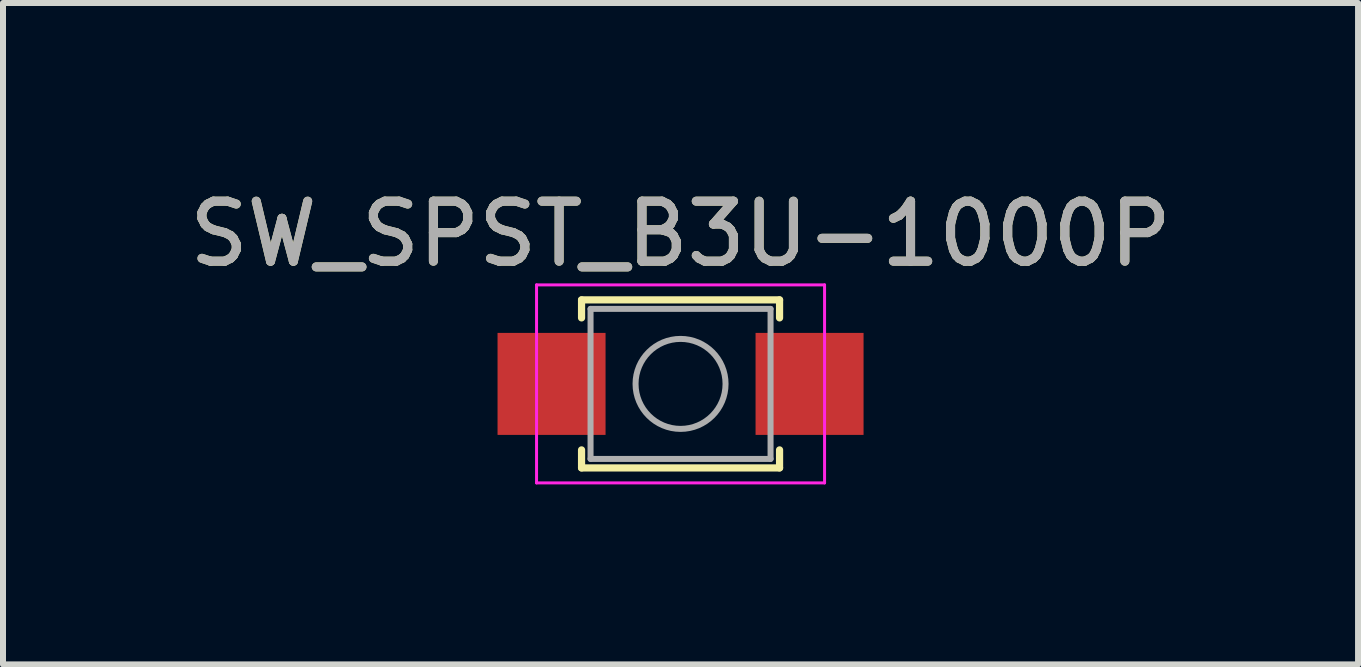
<source format=kicad_pcb>
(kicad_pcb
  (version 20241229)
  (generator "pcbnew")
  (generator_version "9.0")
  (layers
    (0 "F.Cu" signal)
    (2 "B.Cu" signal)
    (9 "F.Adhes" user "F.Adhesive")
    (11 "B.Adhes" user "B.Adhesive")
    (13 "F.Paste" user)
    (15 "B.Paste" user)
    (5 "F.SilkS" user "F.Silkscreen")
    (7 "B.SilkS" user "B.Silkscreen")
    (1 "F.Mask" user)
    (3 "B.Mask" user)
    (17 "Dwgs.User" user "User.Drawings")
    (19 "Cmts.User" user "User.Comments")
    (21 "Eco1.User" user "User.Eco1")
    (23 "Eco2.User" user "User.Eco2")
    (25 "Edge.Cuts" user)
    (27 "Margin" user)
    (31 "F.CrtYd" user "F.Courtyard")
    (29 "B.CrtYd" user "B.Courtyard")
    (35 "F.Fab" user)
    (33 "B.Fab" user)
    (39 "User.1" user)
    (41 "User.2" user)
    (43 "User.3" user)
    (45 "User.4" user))
  (footprint "SW_SPST_B3U-1000P"
    (layer "F.Cu")
    (at 8.292 3.348)
    (property "Reference" "SW_SPST_B3U-1000P" (at 0 -2.5 0) (layer "F.SilkS") (effects (font (size 1 1) (thickness 0.15))))
    (attr smd)
    (fp_line (start -1.65 -1.4) (end 1.65 -1.4) (stroke (width 0.12) (type solid)) (layer "F.SilkS"))
    (fp_line (start -1.65 -1.1) (end -1.65 -1.4) (stroke (width 0.12) (type solid)) (layer "F.SilkS"))
    (fp_line (start -1.65 1.1) (end -1.65 1.4) (stroke (width 0.12) (type solid)) (layer "F.SilkS"))
    (fp_line (start -1.65 1.4) (end 1.65 1.4) (stroke (width 0.12) (type solid)) (layer "F.SilkS"))
    (fp_line (start 1.65 -1.4) (end 1.65 -1.1) (stroke (width 0.12) (type solid)) (layer "F.SilkS"))
    (fp_line (start 1.65 1.4) (end 1.65 1.1) (stroke (width 0.12) (type solid)) (layer "F.SilkS"))
    (fp_line (start -2.4 -1.65) (end -2.4 1.65) (stroke (width 0.05) (type solid)) (layer "F.CrtYd"))
    (fp_line (start -2.4 1.65) (end 2.4 1.65) (stroke (width 0.05) (type solid)) (layer "F.CrtYd"))
    (fp_line (start 2.4 -1.65) (end -2.4 -1.65) (stroke (width 0.05) (type solid)) (layer "F.CrtYd"))
    (fp_line (start 2.4 1.65) (end 2.4 -1.65) (stroke (width 0.05) (type solid)) (layer "F.CrtYd"))
    (fp_line (start -1.5 -1.25) (end 1.5 -1.25) (stroke (width 0.1) (type solid)) (layer "F.Fab"))
    (fp_line (start -1.5 1.25) (end -1.5 -1.25) (stroke (width 0.1) (type solid)) (layer "F.Fab"))
    (fp_line (start 1.5 -1.25) (end 1.5 1.25) (stroke (width 0.1) (type solid)) (layer "F.Fab"))
    (fp_line (start 1.5 1.25) (end -1.5 1.25) (stroke (width 0.1) (type solid)) (layer "F.Fab"))
    (fp_circle (center 0 0) (end 0.75 0) (stroke (width 0.1) (type solid)) (fill no) (layer "F.Fab"))
    (fp_text user "${REFERENCE}" (at 0 -2.5 0) (layer "F.Fab") (effects (font (size 1 1) (thickness 0.15))))
    (pad "1" smd rect (at -2.15 0) (size 1.8 1.7) (layers "F.Cu" "F.Mask" "F.Paste"))
    (pad "2" smd rect (at 2.15 0) (size 1.8 1.7) (layers "F.Cu" "F.Mask" "F.Paste")))
  (gr_rect
    (start -3 -3)
    (end 19.583 8.023)
    (stroke (width 0.1) (type default))
    (fill no)
    (layer "Edge.Cuts")))
</source>
